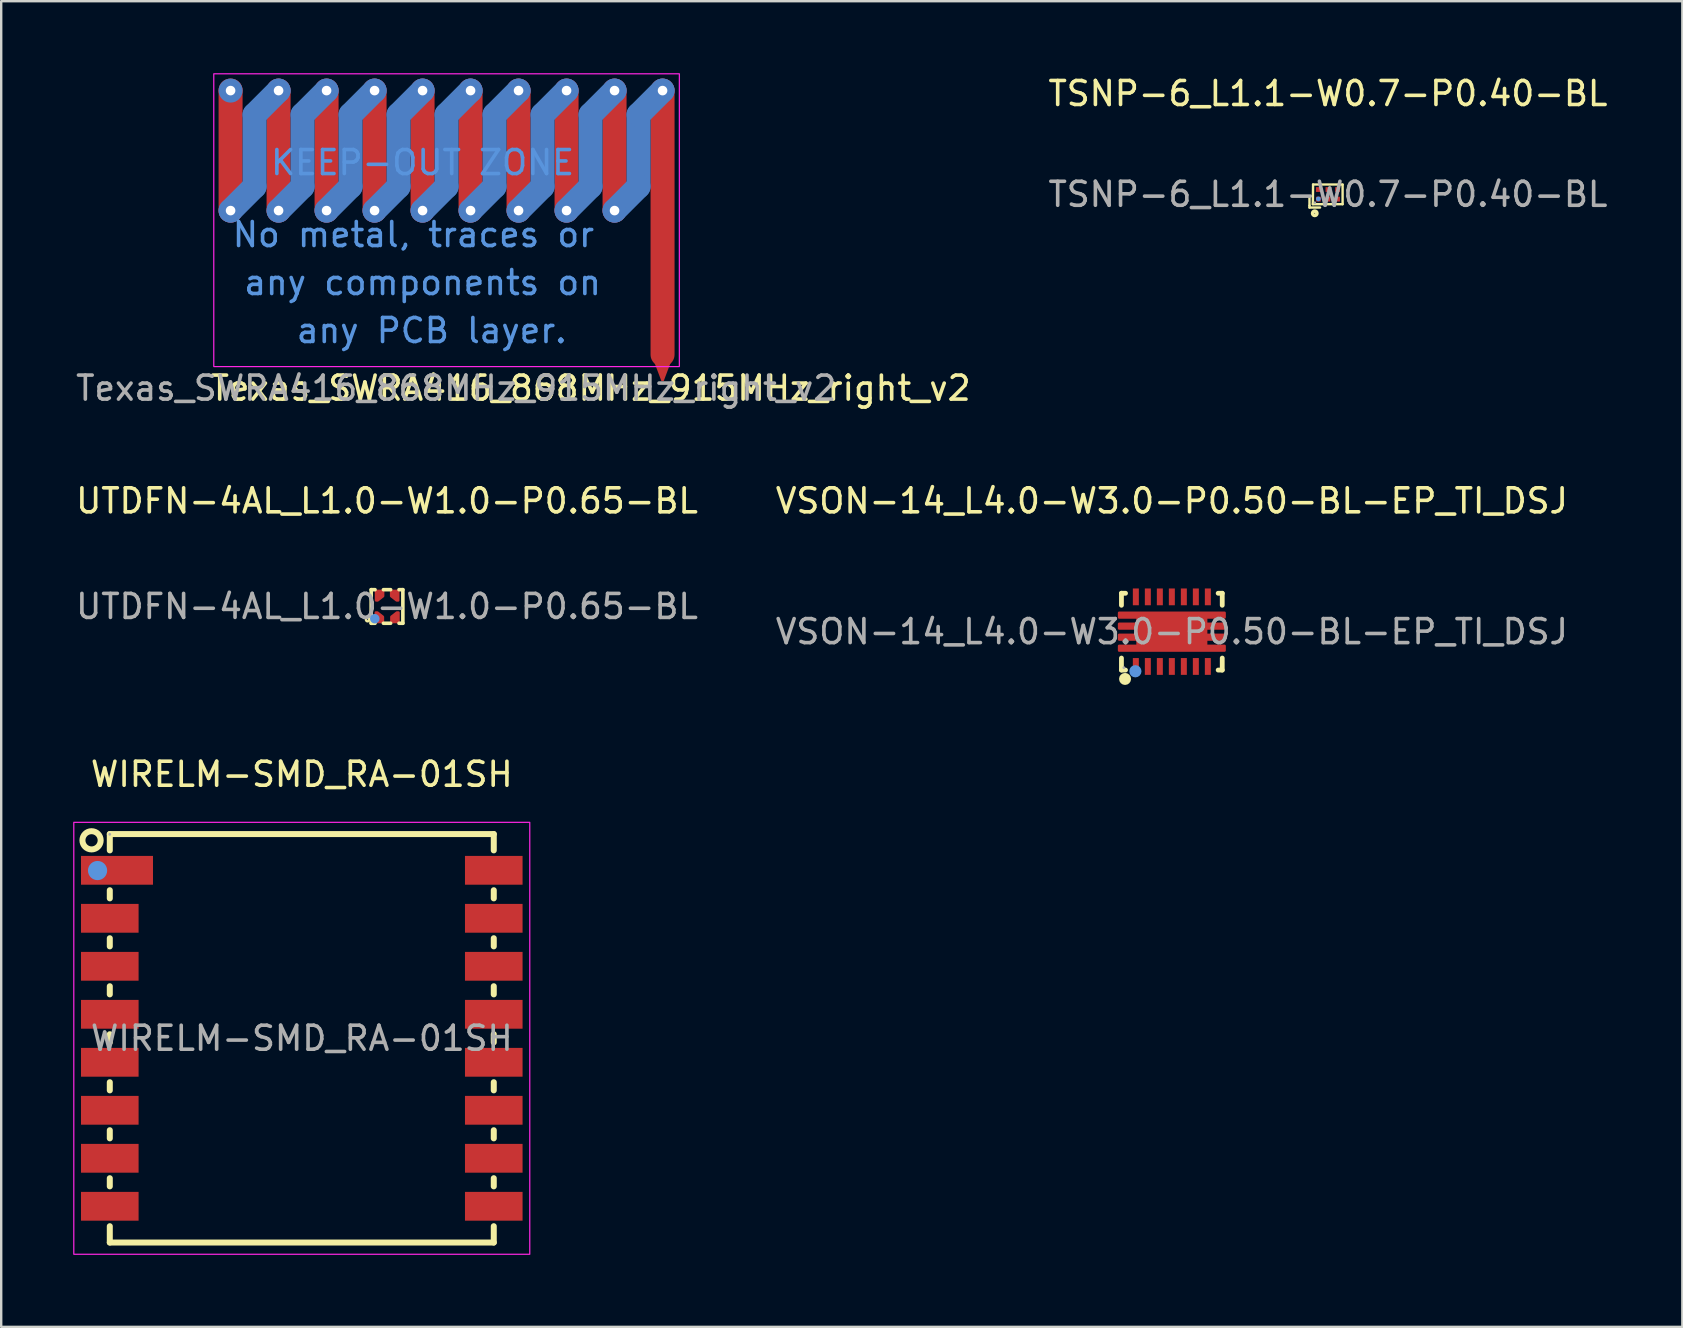
<source format=kicad_pcb>
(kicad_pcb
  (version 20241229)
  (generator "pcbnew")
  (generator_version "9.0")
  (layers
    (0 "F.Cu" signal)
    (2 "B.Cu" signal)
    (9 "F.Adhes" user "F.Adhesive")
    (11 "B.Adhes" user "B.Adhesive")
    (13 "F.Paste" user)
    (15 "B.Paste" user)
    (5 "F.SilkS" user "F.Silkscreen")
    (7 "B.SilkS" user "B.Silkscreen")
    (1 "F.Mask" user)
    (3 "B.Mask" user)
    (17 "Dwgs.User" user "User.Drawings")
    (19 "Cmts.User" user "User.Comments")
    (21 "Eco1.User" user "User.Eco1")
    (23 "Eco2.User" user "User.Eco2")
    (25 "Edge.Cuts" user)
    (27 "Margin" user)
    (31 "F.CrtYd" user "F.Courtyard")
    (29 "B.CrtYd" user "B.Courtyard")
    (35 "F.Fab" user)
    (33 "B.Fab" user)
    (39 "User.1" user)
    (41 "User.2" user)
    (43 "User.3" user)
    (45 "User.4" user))
  (footprint "TSNP-6_L1.1-W0.7-P0.40-BL"
    (layer "F.Cu")
    (at 52.285 5.048)
    (property "Reference" "TSNP-6_L1.1-W0.7-P0.40-BL" (at 0 -4.2 0) (layer "F.SilkS") (effects (font (size 1 1) (thickness 0.15))))
    (attr smd)
    (fp_line (start -0.77 0.09) (end -0.77 0.47) (stroke (width 0.1) (type solid)) (layer "F.SilkS"))
    (fp_line (start -0.77 0.47) (end -0.77 0.55) (stroke (width 0.1) (type solid)) (layer "F.SilkS"))
    (fp_line (start -0.77 0.55) (end -0.33 0.55) (stroke (width 0.1) (type solid)) (layer "F.SilkS"))
    (fp_line (start -0.63 0.41) (end -0.62 -0.41) (stroke (width 0.1) (type solid)) (layer "F.SilkS"))
    (fp_line (start -0.62 -0.41) (end 0.61 -0.41) (stroke (width 0.1) (type solid)) (layer "F.SilkS"))
    (fp_line (start 0.61 -0.4) (end 0.61 0.41) (stroke (width 0.1) (type solid)) (layer "F.SilkS"))
    (fp_line (start 0.61 0.41) (end -0.63 0.41) (stroke (width 0.1) (type solid)) (layer "F.SilkS"))
    (fp_circle (center -0.55 0.79) (end -0.46 0.79) (stroke (width 0.15) (type solid)) (fill no) (layer "F.SilkS"))
    (fp_circle (center -0.4 0.19) (end -0.35 0.19) (stroke (width 0.1) (type solid)) (fill no) (layer "Cmts.User"))
    (fp_circle (center -0.55 0.35) (end -0.52 0.35) (stroke (width 0.06) (type solid)) (fill no) (layer "F.Fab"))
    (fp_text user "${REFERENCE}" (at 0 0 0) (layer "F.Fab") (effects (font (size 1 1) (thickness 0.15))))
    (pad "1" smd rect (at -0.4 0.2 90) (size 0.2 0.2) (layers "F.Cu" "F.Mask" "F.Paste"))
    (pad "2" smd rect (at 0 0.2 90) (size 0.2 0.2) (layers "F.Cu" "F.Mask" "F.Paste"))
    (pad "3" smd rect (at 0.4 0.2 90) (size 0.2 0.2) (layers "F.Cu" "F.Mask" "F.Paste"))
    (pad "4" smd rect (at 0.4 -0.2 90) (size 0.2 0.2) (layers "F.Cu" "F.Mask" "F.Paste"))
    (pad "5" smd rect (at 0 -0.2 90) (size 0.2 0.2) (layers "F.Cu" "F.Mask" "F.Paste"))
    (pad "6" smd rect (at -0.4 -0.2 90) (size 0.2 0.2) (layers "F.Cu" "F.Mask" "F.Paste")))
  (footprint "Texas_SWRA416_868MHz_915MHz_right_v2"
    (layer "F.Cu")
    (at 15.558 6.525)
    (property "Reference" "Texas_SWRA416_868MHz_915MHz_right_v2" (at 6 6.6 180) (layer "F.SilkS") (effects (font (size 1 1) (thickness 0.15))))
    (attr exclude_from_pos_files exclude_from_bom dnp)
    (fp_line (start -9 -5.8) (end -9 -0.8) (stroke (width 1) (type solid)) (layer "F.Cu"))
    (fp_line (start -7 -5.8) (end -7 -0.8) (stroke (width 1) (type solid)) (layer "F.Cu"))
    (fp_line (start -5 -5.8) (end -5 -0.8) (stroke (width 1) (type solid)) (layer "F.Cu"))
    (fp_line (start -3 -5.8) (end -3 -0.8) (stroke (width 1) (type solid)) (layer "F.Cu"))
    (fp_line (start -1 -5.8) (end -1 -0.8) (stroke (width 1) (type solid)) (layer "F.Cu"))
    (fp_line (start 1 -5.8) (end 1 -0.8) (stroke (width 1) (type solid)) (layer "F.Cu"))
    (fp_line (start 3 -5.8) (end 3 -0.8) (stroke (width 1) (type solid)) (layer "F.Cu"))
    (fp_line (start 5 -5.8) (end 5 -0.8) (stroke (width 1) (type solid)) (layer "F.Cu"))
    (fp_line (start 7 -5.8) (end 7 -0.8) (stroke (width 1) (type solid)) (layer "F.Cu"))
    (fp_line (start 9 5.2) (end 9 -5.8) (stroke (width 1) (type solid)) (layer "F.Cu"))
    (fp_line (start -8 -4.8) (end -8 -1.8) (stroke (width 1) (type solid)) (layer "B.Cu"))
    (fp_line (start -8 -1.8) (end -9 -0.8) (stroke (width 1) (type solid)) (layer "B.Cu"))
    (fp_line (start -7 -5.8) (end -8 -4.8) (stroke (width 1) (type solid)) (layer "B.Cu"))
    (fp_line (start -6 -4.8) (end -6 -1.8) (stroke (width 1) (type solid)) (layer "B.Cu"))
    (fp_line (start -6 -1.8) (end -7 -0.8) (stroke (width 1) (type solid)) (layer "B.Cu"))
    (fp_line (start -5 -5.8) (end -6 -4.8) (stroke (width 1) (type solid)) (layer "B.Cu"))
    (fp_line (start -4 -4.8) (end -4 -1.8) (stroke (width 1) (type solid)) (layer "B.Cu"))
    (fp_line (start -4 -1.8) (end -5 -0.8) (stroke (width 1) (type solid)) (layer "B.Cu"))
    (fp_line (start -3 -5.8) (end -4 -4.8) (stroke (width 1) (type solid)) (layer "B.Cu"))
    (fp_line (start -2 -4.8) (end -2 -1.8) (stroke (width 1) (type solid)) (layer "B.Cu"))
    (fp_line (start -2 -1.8) (end -3 -0.8) (stroke (width 1) (type solid)) (layer "B.Cu"))
    (fp_line (start -1 -5.8) (end -2 -4.8) (stroke (width 1) (type solid)) (layer "B.Cu"))
    (fp_line (start 0.000001 -4.8) (end 0.000001 -1.8) (stroke (width 1) (type solid)) (layer "B.Cu"))
    (fp_line (start 0.000001 -1.8) (end -1 -0.8) (stroke (width 1) (type solid)) (layer "B.Cu"))
    (fp_line (start 1 -5.8) (end 0.000001 -4.8) (stroke (width 1) (type solid)) (layer "B.Cu"))
    (fp_line (start 2 -4.8) (end 2 -1.8) (stroke (width 1) (type solid)) (layer "B.Cu"))
    (fp_line (start 2 -1.8) (end 1 -0.8) (stroke (width 1) (type solid)) (layer "B.Cu"))
    (fp_line (start 3 -5.8) (end 2 -4.8) (stroke (width 1) (type solid)) (layer "B.Cu"))
    (fp_line (start 4 -1.8) (end 3 -0.8) (stroke (width 1) (type solid)) (layer "B.Cu"))
    (fp_line (start 4 -4.8) (end 4 -1.8) (stroke (width 1) (type solid)) (layer "B.Cu"))
    (fp_line (start 5 -5.8) (end 4 -4.8) (stroke (width 1) (type solid)) (layer "B.Cu"))
    (fp_line (start 6 -4.8) (end 6 -1.8) (stroke (width 1) (type solid)) (layer "B.Cu"))
    (fp_line (start 6 -1.8) (end 5 -0.8) (stroke (width 1) (type solid)) (layer "B.Cu"))
    (fp_line (start 7 -5.8) (end 6 -4.8) (stroke (width 1) (type solid)) (layer "B.Cu"))
    (fp_line (start 8 -4.8) (end 8 -1.8) (stroke (width 1) (type solid)) (layer "B.Cu"))
    (fp_line (start 8 -1.8) (end 7 -0.8) (stroke (width 1) (type solid)) (layer "B.Cu"))
    (fp_line (start 9 -5.8) (end 8 -4.8) (stroke (width 1) (type solid)) (layer "B.Cu"))
    (fp_rect (start -9.7 -6.5) (end 9.7 5.7) (stroke (width 0.05) (type default)) (fill no) (layer "F.CrtYd"))
    (fp_text user " any PCB layer." (at -1 4.2 180) (layer "Cmts.User") (effects (font (size 1 1) (thickness 0.15))))
    (fp_text user "No metal, traces or " (at -1 0.2 180) (layer "Cmts.User") (effects (font (size 1 1) (thickness 0.15))))
    (fp_text user "KEEP-OUT ZONE" (at -1 -2.8 180) (layer "Cmts.User") (effects (font (size 1 1) (thickness 0.15))))
    (fp_text user "any components on" (at -1 2.2 180) (layer "Cmts.User") (effects (font (size 1 1) (thickness 0.15))))
    (fp_text user "${REFERENCE}" (at 0.4 6.6 180) (layer "F.Fab") (effects (font (size 1 1) (thickness 0.15))))
    (pad "0" thru_hole circle (at -9 -5.8 180) (size 1 1) (drill 0.4) (layers "*.Cu"))
    (pad "0" thru_hole circle (at -9 -0.8 180) (size 1 1) (drill 0.4) (layers "*.Cu"))
    (pad "0" thru_hole circle (at -7 -5.8 180) (size 1 1) (drill 0.4) (layers "*.Cu"))
    (pad "0" thru_hole circle (at -7 -0.8 180) (size 1 1) (drill 0.4) (layers "*.Cu"))
    (pad "0" thru_hole circle (at -5 -5.8 180) (size 1 1) (drill 0.4) (layers "*.Cu"))
    (pad "0" thru_hole circle (at -5 -0.8 180) (size 1 1) (drill 0.4) (layers "*.Cu"))
    (pad "0" thru_hole circle (at -3 -5.8 180) (size 1 1) (drill 0.4) (layers "*.Cu"))
    (pad "0" thru_hole circle (at -3 -0.8 180) (size 1 1) (drill 0.4) (layers "*.Cu"))
    (pad "0" thru_hole circle (at -1 -5.8 180) (size 1 1) (drill 0.4) (layers "*.Cu"))
    (pad "0" thru_hole circle (at -1 -0.8 180) (size 1 1) (drill 0.4) (layers "*.Cu"))
    (pad "0" thru_hole circle (at 1 -5.8 180) (size 1 1) (drill 0.4) (layers "*.Cu"))
    (pad "0" thru_hole circle (at 1 -0.8 180) (size 1 1) (drill 0.4) (layers "*.Cu"))
    (pad "0" thru_hole circle (at 3 -5.8 180) (size 1 1) (drill 0.4) (layers "*.Cu"))
    (pad "0" thru_hole circle (at 3 -0.8 180) (size 1 1) (drill 0.4) (layers "*.Cu"))
    (pad "0" thru_hole circle (at 5 -0.8 180) (size 1 1) (drill 0.4) (layers "*.Cu"))
    (pad "0" thru_hole circle (at 5 -5.8 180) (size 1 1) (drill 0.4) (layers "*.Cu"))
    (pad "0" thru_hole circle (at 7 -5.8 180) (size 1 1) (drill 0.4) (layers "*.Cu"))
    (pad "0" thru_hole circle (at 7 -0.8 180) (size 1 1) (drill 0.4) (layers "*.Cu"))
    (pad "0" thru_hole circle (at 9 -5.8 180) (size 1 1) (drill 0.4) (layers "*.Cu"))
    (pad "1" smd trapezoid (at 9 5.9 180) (size 0.4 0.8) (rect_delta 0 0.3) (layers "F.Cu"))
    (zone (net_name "") (layer "F.Cu") (hatch full 0.508) (connect_pads) (min_thickness 0.254) (filled_areas_thickness no) (keepout (tracks allowed) (vias allowed) (pads allowed) (copperpour not_allowed) (footprints not_allowed)) (placement (enabled no)) (fill) (polygon (pts (xy 25.258 12.225) (xy 5.858 12.225) (xy 5.858 0.025) (xy 25.258 0.025)))))
  (footprint "VSON-14_L4.0-W3.0-P0.50-BL-EP_TI_DSJ"
    (layer "F.Cu")
    (at 45.78 23.271)
    (property "Reference" "VSON-14_L4.0-W3.0-P0.50-BL-EP_TI_DSJ" (at 0 -5.45 0) (layer "F.SilkS") (effects (font (size 1 1) (thickness 0.15))))
    (attr smd)
    (fp_line (start -2.1 -1.6) (end -1.93 -1.6) (stroke (width 0.2) (type solid)) (layer "F.SilkS"))
    (fp_line (start -2.1 -1.1) (end -2.1 -1.6) (stroke (width 0.2) (type solid)) (layer "F.SilkS"))
    (fp_line (start -2.1 1.6) (end -2.1 1.1) (stroke (width 0.2) (type solid)) (layer "F.SilkS"))
    (fp_line (start -1.93 1.6) (end -2.1 1.6) (stroke (width 0.2) (type solid)) (layer "F.SilkS"))
    (fp_line (start 2.1 -1.6) (end 1.93 -1.6) (stroke (width 0.2) (type solid)) (layer "F.SilkS"))
    (fp_line (start 2.1 -1.1) (end 2.1 -1.6) (stroke (width 0.2) (type solid)) (layer "F.SilkS"))
    (fp_line (start 2.1 1.1) (end 2.1 1.6) (stroke (width 0.2) (type solid)) (layer "F.SilkS"))
    (fp_line (start 2.1 1.6) (end 1.93 1.6) (stroke (width 0.2) (type solid)) (layer "F.SilkS"))
    (fp_arc (start -1.95 1.97) (mid -1.95 1.97) (end -1.95 1.97) (stroke (width 0.25) (type solid)) (layer "F.SilkS"))
    (fp_circle (center -1.52 1.65) (end -1.39 1.65) (stroke (width 0.25) (type solid)) (fill no) (layer "Cmts.User"))
    (fp_circle (center -2 1.5) (end -1.97 1.5) (stroke (width 0.06) (type solid)) (fill no) (layer "F.Fab"))
    (fp_text user "${REFERENCE}" (at 0 0 0) (layer "F.Fab") (effects (font (size 1 1) (thickness 0.15))))
    (pad "1" smd rect (at -1.5 1.45) (size 0.25 0.7) (layers "F.Cu" "F.Mask" "F.Paste"))
    (pad "2" smd rect (at -1 1.45) (size 0.25 0.7) (layers "F.Cu" "F.Mask" "F.Paste"))
    (pad "3" smd rect (at -0.5 1.45) (size 0.25 0.7) (layers "F.Cu" "F.Mask" "F.Paste"))
    (pad "4" smd rect (at 0 1.45) (size 0.25 0.7) (layers "F.Cu" "F.Mask" "F.Paste"))
    (pad "5" smd rect (at 0.5 1.45) (size 0.25 0.7) (layers "F.Cu" "F.Mask" "F.Paste"))
    (pad "6" smd rect (at 1 1.45) (size 0.25 0.7) (layers "F.Cu" "F.Mask" "F.Paste"))
    (pad "7" smd rect (at 1.5 1.45) (size 0.25 0.7) (layers "F.Cu" "F.Mask" "F.Paste"))
    (pad "8" smd rect (at 1.5 -1.45) (size 0.25 0.7) (layers "F.Cu" "F.Mask" "F.Paste"))
    (pad "9" smd rect (at 1 -1.45) (size 0.25 0.7) (layers "F.Cu" "F.Mask" "F.Paste"))
    (pad "10" smd rect (at 0.5 -1.45 180) (size 0.25 0.7) (layers "F.Cu" "F.Mask" "F.Paste"))
    (pad "11" smd rect (at 0 -1.45 180) (size 0.25 0.7) (layers "F.Cu" "F.Mask" "F.Paste"))
    (pad "12" smd rect (at -0.5 -1.45 180) (size 0.25 0.7) (layers "F.Cu" "F.Mask" "F.Paste"))
    (pad "13" smd rect (at -1 -1.45 180) (size 0.25 0.7) (layers "F.Cu" "F.Mask" "F.Paste"))
    (pad "14" smd rect (at -1.5 -1.45 180) (size 0.25 0.7) (layers "F.Cu" "F.Mask" "F.Paste"))
    (pad "15" smd custom (at 0 0) (size 0.01 0.01) (layers "F.Cu" "F.Mask" "F.Paste") (options (anchor circle)) (primitives (gr_poly (pts (xy -2.2 -0.79) (xy -2.2 -0.59) (xy -1.43 -0.59) (xy -1.43 -0.33) (xy -2.2 -0.33) (xy -2.2 -0.13) (xy -1.43 -0.13) (xy -1.43 0.13) (xy -2.2 0.13) (xy -2.2 0.33) (xy -1.43 0.33) (xy -1.43 0.59) (xy -2.2 0.59) (xy -2.2 0.79) (xy 2.2 0.79) (xy 2.2 0.59) (xy 1.43 0.59) (xy 1.43 0.33) (xy 2.2 0.33) (xy 2.2 0.13) (xy 1.43 0.13) (xy 1.43 -0.13) (xy 2.2 -0.13) (xy 2.2 -0.33) (xy 1.43 -0.33) (xy 1.43 -0.59) (xy 2.2 -0.59) (xy 2.2 -0.79) (xy -2.2 -0.79)) (width 0.1) (fill yes)))))
  (footprint "UTDFN-4AL_L1.0-W1.0-P0.65-BL"
    (layer "F.Cu")
    (at 13.077 22.221)
    (property "Reference" "UTDFN-4AL_L1.0-W1.0-P0.65-BL" (at 0 -4.4 0) (layer "F.SilkS") (effects (font (size 1 1) (thickness 0.15))))
    (attr through_hole)
    (fp_line (start -0.66 -0.7) (end -0.66 0.7) (stroke (width 0.15) (type solid)) (layer "F.SilkS"))
    (fp_line (start -0.66 -0.7) (end -0.5 -0.7) (stroke (width 0.15) (type solid)) (layer "F.SilkS"))
    (fp_line (start -0.66 0.7) (end -0.5 0.7) (stroke (width 0.15) (type solid)) (layer "F.SilkS"))
    (fp_line (start -0.15 -0.7) (end 0.15 -0.7) (stroke (width 0.15) (type solid)) (layer "F.SilkS"))
    (fp_line (start -0.15 0.7) (end 0.15 0.7) (stroke (width 0.15) (type solid)) (layer "F.SilkS"))
    (fp_line (start 0.5 -0.7) (end 0.66 -0.7) (stroke (width 0.15) (type solid)) (layer "F.SilkS"))
    (fp_line (start 0.5 0.7) (end 0.66 0.7) (stroke (width 0.15) (type solid)) (layer "F.SilkS"))
    (fp_line (start 0.66 -0.7) (end 0.66 0.7) (stroke (width 0.15) (type solid)) (layer "F.SilkS"))
    (fp_circle (center -0.81 0.55) (end -0.79 0.55) (stroke (width 0.1) (type solid)) (fill no) (layer "F.SilkS"))
    (fp_circle (center -0.51 0.51) (end -0.41 0.51) (stroke (width 0.2) (type solid)) (fill no) (layer "Cmts.User"))
    (fp_circle (center -0.5 0.5) (end -0.47 0.5) (stroke (width 0.06) (type solid)) (fill no) (layer "F.Fab"))
    (fp_text user "${REFERENCE}" (at 0 0 0) (layer "F.Fab") (effects (font (size 1 1) (thickness 0.15))))
    (pad "1" smd custom (at -0.32 0.4) (size 0.01 0.01) (layers "F.Cu" "F.Mask" "F.Paste") (options (anchor circle)) (primitives (gr_poly (pts (xy -0.15 -0.15) (xy -0.15 0.25) (xy 0.15 0.25) (xy 0.15 0.2) (xy 0.15 0.03) (xy -0.08 -0.15)) (width 0.1) (fill yes))))
    (pad "2" smd custom (at 0.32 0.4) (size 0.01 0.01) (layers "F.Cu" "F.Mask" "F.Paste") (options (anchor circle)) (primitives (gr_poly (pts (xy 0.16 -0.15) (xy 0.16 0.25) (xy -0.14 0.25) (xy -0.14 0.2) (xy -0.14 0.03) (xy 0.09 -0.15)) (width 0.1) (fill yes))))
    (pad "3" smd custom (at 0.32 -0.4) (size 0.01 0.01) (layers "F.Cu" "F.Mask" "F.Paste") (options (anchor circle)) (primitives (gr_poly (pts (xy -0.15 -0.25) (xy 0.15 -0.25) (xy 0.15 0.15) (xy 0.08 0.15) (xy -0.15 -0.03)) (width 0.1) (fill yes))))
    (pad "4" smd custom (at -0.32 -0.4) (size 0.01 0.01) (layers "F.Cu" "F.Mask" "F.Paste") (options (anchor circle)) (primitives (gr_poly (pts (xy -0.14 0.15) (xy -0.14 -0.25) (xy 0.16 -0.25) (xy 0.16 -0.15) (xy 0.16 -0.03) (xy -0.07 0.15)) (width 0.1) (fill yes)))))
  (footprint "WIRELM-SMD_RA-01SH"
    (layer "F.Cu")
    (at 9.525 40.215)
    (property "Reference" "WIRELM-SMD_RA-01SH" (at 0 -11 0) (layer "F.SilkS") (effects (font (size 1 1) (thickness 0.15))))
    (attr smd)
    (fp_line (start -8 -8.51) (end -8 -7.83) (stroke (width 0.25) (type solid)) (layer "F.SilkS"))
    (fp_line (start -8 -8.51) (end 8 -8.51) (stroke (width 0.25) (type solid)) (layer "F.SilkS"))
    (fp_line (start -8 -6.17) (end -8 -5.83) (stroke (width 0.25) (type solid)) (layer "F.SilkS"))
    (fp_line (start -8 -4.17) (end -8 -3.83) (stroke (width 0.25) (type solid)) (layer "F.SilkS"))
    (fp_line (start -8 -2.17) (end -8 -1.83) (stroke (width 0.25) (type solid)) (layer "F.SilkS"))
    (fp_line (start -8 -0.17) (end -8 0.17) (stroke (width 0.25) (type solid)) (layer "F.SilkS"))
    (fp_line (start -8 1.83) (end -8 2.17) (stroke (width 0.25) (type solid)) (layer "F.SilkS"))
    (fp_line (start -8 3.83) (end -8 4.17) (stroke (width 0.25) (type solid)) (layer "F.SilkS"))
    (fp_line (start -8 5.83) (end -8 6.17) (stroke (width 0.25) (type solid)) (layer "F.SilkS"))
    (fp_line (start -8 7.83) (end -8 8.51) (stroke (width 0.25) (type solid)) (layer "F.SilkS"))
    (fp_line (start 8 -7.83) (end 8 -8.51) (stroke (width 0.25) (type solid)) (layer "F.SilkS"))
    (fp_line (start 8 -5.83) (end 8 -6.17) (stroke (width 0.25) (type solid)) (layer "F.SilkS"))
    (fp_line (start 8 -3.83) (end 8 -4.17) (stroke (width 0.25) (type solid)) (layer "F.SilkS"))
    (fp_line (start 8 -1.83) (end 8 -2.17) (stroke (width 0.25) (type solid)) (layer "F.SilkS"))
    (fp_line (start 8 0.17) (end 8 -0.17) (stroke (width 0.25) (type solid)) (layer "F.SilkS"))
    (fp_line (start 8 2.17) (end 8 1.83) (stroke (width 0.25) (type solid)) (layer "F.SilkS"))
    (fp_line (start 8 4.17) (end 8 3.83) (stroke (width 0.25) (type solid)) (layer "F.SilkS"))
    (fp_line (start 8 6.17) (end 8 5.83) (stroke (width 0.25) (type solid)) (layer "F.SilkS"))
    (fp_line (start 8 8.51) (end -8 8.51) (stroke (width 0.25) (type solid)) (layer "F.SilkS"))
    (fp_line (start 8 8.51) (end 8 7.83) (stroke (width 0.25) (type solid)) (layer "F.SilkS"))
    (fp_circle (center -8.76 -8.25) (end -8.38 -8.25) (stroke (width 0.25) (type solid)) (fill no) (layer "F.SilkS"))
    (fp_circle (center -8.51 -6.99) (end -8.31 -6.99) (stroke (width 0.4) (type solid)) (fill no) (layer "Cmts.User"))
    (fp_rect (start -9.5 -9) (end 9.5 9) (stroke (width 0.05) (type default)) (fill no) (layer "F.CrtYd"))
    (fp_circle (center -8 -8.5) (end -7.97 -8.5) (stroke (width 0.06) (type solid)) (fill no) (layer "F.Fab"))
    (fp_text user "${REFERENCE}" (at 0 0 0) (layer "F.Fab") (effects (font (size 1 1) (thickness 0.15))))
    (pad "1" smd rect (at -7.7 -7) (size 3 1.2) (layers "F.Cu" "F.Mask" "F.Paste"))
    (pad "2" smd rect (at -8 -5) (size 2.4 1.2) (layers "F.Cu" "F.Mask" "F.Paste"))
    (pad "3" smd rect (at -8 -3) (size 2.4 1.2) (layers "F.Cu" "F.Mask" "F.Paste"))
    (pad "4" smd rect (at -8 -1) (size 2.4 1.2) (layers "F.Cu" "F.Mask" "F.Paste"))
    (pad "5" smd rect (at -8 1) (size 2.4 1.2) (layers "F.Cu" "F.Mask" "F.Paste"))
    (pad "6" smd rect (at -8 3) (size 2.4 1.2) (layers "F.Cu" "F.Mask" "F.Paste"))
    (pad "7" smd rect (at -8 5) (size 2.4 1.2) (layers "F.Cu" "F.Mask" "F.Paste"))
    (pad "8" smd rect (at -8 7) (size 2.4 1.2) (layers "F.Cu" "F.Mask" "F.Paste"))
    (pad "9" smd rect (at 8 7) (size 2.4 1.2) (layers "F.Cu" "F.Mask" "F.Paste"))
    (pad "10" smd rect (at 8 5) (size 2.4 1.2) (layers "F.Cu" "F.Mask" "F.Paste"))
    (pad "11" smd rect (at 8 3) (size 2.4 1.2) (layers "F.Cu" "F.Mask" "F.Paste"))
    (pad "12" smd rect (at 8 1) (size 2.4 1.2) (layers "F.Cu" "F.Mask" "F.Paste"))
    (pad "13" smd rect (at 8 -1) (size 2.4 1.2) (layers "F.Cu" "F.Mask" "F.Paste"))
    (pad "14" smd rect (at 8 -3) (size 2.4 1.2) (layers "F.Cu" "F.Mask" "F.Paste"))
    (pad "15" smd rect (at 8 -5) (size 2.4 1.2) (layers "F.Cu" "F.Mask" "F.Paste"))
    (pad "16" smd rect (at 8 -7) (size 2.4 1.2) (layers "F.Cu" "F.Mask" "F.Paste")))
  (gr_rect
    (start -3 -3)
    (end 67.052 52.24)
    (stroke (width 0.1) (type default))
    (fill no)
    (layer "Edge.Cuts")))
</source>
